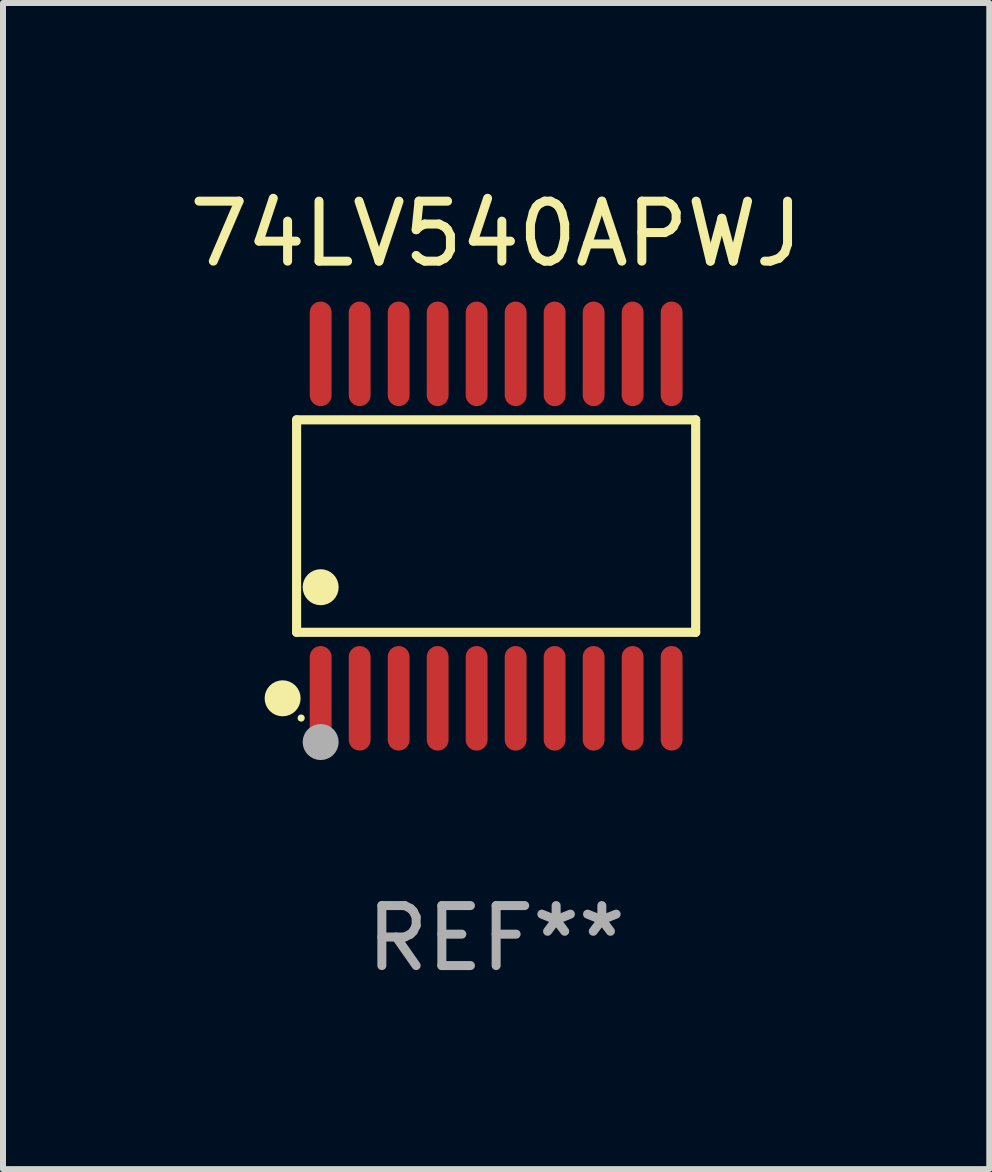
<source format=kicad_pcb>
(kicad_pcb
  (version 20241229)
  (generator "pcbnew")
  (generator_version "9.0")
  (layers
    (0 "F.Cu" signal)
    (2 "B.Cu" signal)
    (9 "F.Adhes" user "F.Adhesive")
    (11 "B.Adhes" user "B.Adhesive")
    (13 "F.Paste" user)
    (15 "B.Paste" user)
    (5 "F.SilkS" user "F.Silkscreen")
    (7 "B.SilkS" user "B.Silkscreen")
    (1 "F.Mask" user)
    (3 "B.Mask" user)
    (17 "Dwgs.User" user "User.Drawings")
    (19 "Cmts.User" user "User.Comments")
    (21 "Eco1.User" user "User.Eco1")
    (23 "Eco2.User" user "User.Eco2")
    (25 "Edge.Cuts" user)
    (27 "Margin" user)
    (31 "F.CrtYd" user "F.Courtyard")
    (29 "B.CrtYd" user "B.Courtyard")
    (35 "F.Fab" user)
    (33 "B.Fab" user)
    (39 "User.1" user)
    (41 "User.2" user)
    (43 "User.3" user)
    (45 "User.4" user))
  (footprint "74LV540APWJ"
    (layer "F.Cu")
    (at 5.22 5.719)
    (property "Reference" "74LV540APWJ" (at 0 -4.871 0) (layer "F.SilkS") (effects (font (size 1 1) (thickness 0.15))))
    (attr through_hole)
    (fp_line (start -3.326 -1.771) (end 3.326 -1.771) (stroke (width 0.152) (type solid)) (layer "F.SilkS"))
    (fp_line (start -3.326 1.771) (end -3.326 -1.771) (stroke (width 0.152) (type solid)) (layer "F.SilkS"))
    (fp_line (start 3.326 -1.771) (end 3.326 1.771) (stroke (width 0.152) (type solid)) (layer "F.SilkS"))
    (fp_line (start 3.326 1.771) (end -3.326 1.771) (stroke (width 0.152) (type solid)) (layer "F.SilkS"))
    (fp_circle (center -3.559 2.871) (end -3.409 2.871) (stroke (width 0.3) (type solid)) (fill no) (layer "F.SilkS"))
    (fp_circle (center -3.25 3.2) (end -3.22 3.2) (stroke (width 0.06) (type solid)) (fill no) (layer "F.SilkS"))
    (fp_circle (center -2.925 1.019) (end -2.775 1.019) (stroke (width 0.3) (type solid)) (fill no) (layer "F.SilkS"))
    (fp_circle (center -2.925 3.6) (end -2.775 3.6) (stroke (width 0.3) (type solid)) (fill no) (layer "F.Fab"))
    (fp_text user "REF**" (at 0 6.871 0) (layer "F.Fab") (effects (font (size 1 1) (thickness 0.15))))
    (pad "1" smd oval (at -2.925 2.871) (size 0.364 1.742) (layers "F.Cu" "F.Mask" "F.Paste"))
    (pad "2" smd oval (at -2.275 2.871) (size 0.364 1.742) (layers "F.Cu" "F.Mask" "F.Paste"))
    (pad "3" smd oval (at -1.625 2.871) (size 0.364 1.742) (layers "F.Cu" "F.Mask" "F.Paste"))
    (pad "4" smd oval (at -0.975 2.871) (size 0.364 1.742) (layers "F.Cu" "F.Mask" "F.Paste"))
    (pad "5" smd oval (at -0.325 2.871) (size 0.364 1.742) (layers "F.Cu" "F.Mask" "F.Paste"))
    (pad "6" smd oval (at 0.325 2.871) (size 0.364 1.742) (layers "F.Cu" "F.Mask" "F.Paste"))
    (pad "7" smd oval (at 0.975 2.871) (size 0.364 1.742) (layers "F.Cu" "F.Mask" "F.Paste"))
    (pad "8" smd oval (at 1.625 2.871) (size 0.364 1.742) (layers "F.Cu" "F.Mask" "F.Paste"))
    (pad "9" smd oval (at 2.275 2.871) (size 0.364 1.742) (layers "F.Cu" "F.Mask" "F.Paste"))
    (pad "10" smd oval (at 2.925 2.871) (size 0.364 1.742) (layers "F.Cu" "F.Mask" "F.Paste"))
    (pad "11" smd oval (at 2.925 -2.871) (size 0.364 1.742) (layers "F.Cu" "F.Mask" "F.Paste"))
    (pad "12" smd oval (at 2.275 -2.871) (size 0.364 1.742) (layers "F.Cu" "F.Mask" "F.Paste"))
    (pad "13" smd oval (at 1.625 -2.871) (size 0.364 1.742) (layers "F.Cu" "F.Mask" "F.Paste"))
    (pad "14" smd oval (at 0.975 -2.871) (size 0.364 1.742) (layers "F.Cu" "F.Mask" "F.Paste"))
    (pad "15" smd oval (at 0.325 -2.871) (size 0.364 1.742) (layers "F.Cu" "F.Mask" "F.Paste"))
    (pad "16" smd oval (at -0.325 -2.871) (size 0.364 1.742) (layers "F.Cu" "F.Mask" "F.Paste"))
    (pad "17" smd oval (at -0.975 -2.871) (size 0.364 1.742) (layers "F.Cu" "F.Mask" "F.Paste"))
    (pad "18" smd oval (at -1.625 -2.871) (size 0.364 1.742) (layers "F.Cu" "F.Mask" "F.Paste"))
    (pad "19" smd oval (at -2.275 -2.871) (size 0.364 1.742) (layers "F.Cu" "F.Mask" "F.Paste"))
    (pad "20" smd oval (at -2.925 -2.871) (size 0.364 1.742) (layers "F.Cu" "F.Mask" "F.Paste")))
  (gr_rect
    (start -3 -3)
    (end 13.44 16.438)
    (stroke (width 0.1) (type default))
    (fill no)
    (layer "Edge.Cuts")))
</source>
